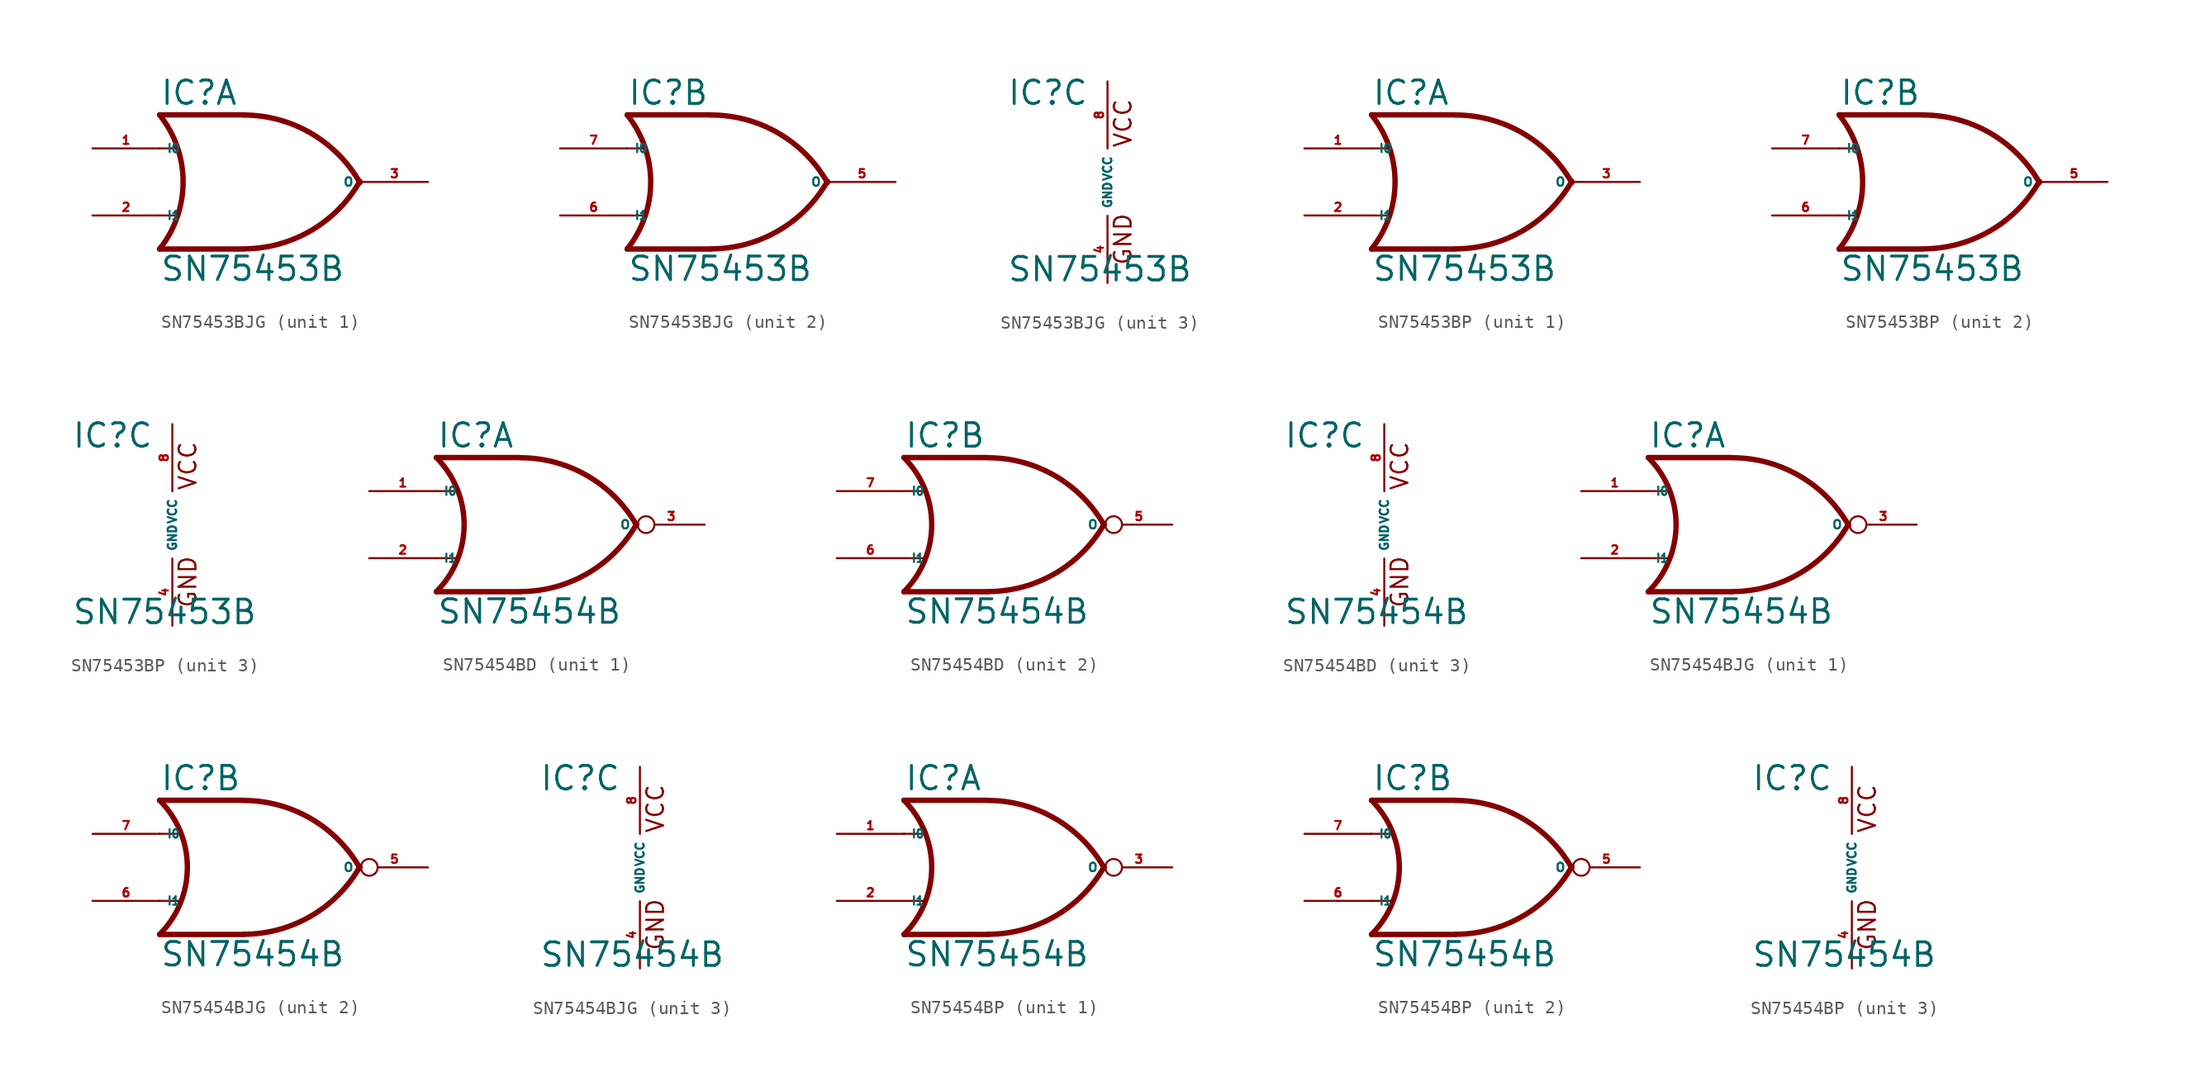
<source format=kicad_sym>
(kicad_symbol_lib
  (version 20220914)
  (generator Eagle2Kicad)
  (symbol "SN75453BJG"
    (property "Reference" "IC"
      (at -7.62 5.715 0)
      (effects (font (size 1.778 1.778) (thickness 0.22)) (justify left bottom)))
    (property "Value" "SN75453B"
      (at -7.62 -7.62 0)
      (effects (font (size 1.778 1.778) (thickness 0.22)) (justify left bottom)))
    (symbol "SN75453BJG_1_0"
      (polyline (pts (xy -1.27 5.08) (xy -7.62 5.08)) (stroke (width 0.406) (type default)) (fill (type none)))
      (polyline (pts (xy -1.27 -5.08) (xy -7.62 -5.08)) (stroke (width 0.406) (type default)) (fill (type none)))
      (polyline (pts (xy -7.62 2.54) (xy -6.35 2.54)) (stroke (width 0.152) (type default)) (fill (type none)))
      (polyline (pts (xy -7.62 -2.54) (xy -6.35 -2.54)) (stroke (width 0.152) (type default)) (fill (type none)))
      (arc (start -1.2446 -5.0678) (mid 3.837 -3.689) (end 7.5439 0.0507) (stroke (width 0.4064) (type default)) (fill (type none)))
      (arc (start 7.5442 -0.0505) (mid 3.837 3.689) (end -1.2446 5.0678) (stroke (width 0.4064) (type default)) (fill (type none)))
      (arc (start -7.62 -5.08) (mid -5.838 0.000) (end -7.62 5.08) (stroke (width 0.4064) (type default)) (fill (type none)))
      (pin input line (at -12.7 2.54 0) (length 5.08) (name "I0" (effects (font (size 0.635 0.635) (thickness 0.08)) (justify left bottom))) (number "1" (effects (font (size 0.635 0.635) (thickness 0.08)) (justify left bottom))))
      (pin input line (at -12.7 -2.54 0) (length 5.08) (name "I1" (effects (font (size 0.635 0.635) (thickness 0.08)) (justify left bottom))) (number "2" (effects (font (size 0.635 0.635) (thickness 0.08)) (justify left bottom))))
      (pin output line (at 12.7 0 180) (length 5.08) (name "O" (effects (font (size 0.635 0.635) (thickness 0.08)) (justify left bottom))) (number "3" (effects (font (size 0.635 0.635) (thickness 0.08)) (justify left bottom)))))
    (symbol "SN75453BJG_2_0"
      (polyline (pts (xy -1.27 5.08) (xy -7.62 5.08)) (stroke (width 0.406) (type default)) (fill (type none)))
      (polyline (pts (xy -1.27 -5.08) (xy -7.62 -5.08)) (stroke (width 0.406) (type default)) (fill (type none)))
      (polyline (pts (xy -7.62 2.54) (xy -6.35 2.54)) (stroke (width 0.152) (type default)) (fill (type none)))
      (polyline (pts (xy -7.62 -2.54) (xy -6.35 -2.54)) (stroke (width 0.152) (type default)) (fill (type none)))
      (arc (start -1.2446 -5.0678) (mid 3.837 -3.689) (end 7.5439 0.0507) (stroke (width 0.4064) (type default)) (fill (type none)))
      (arc (start 7.5442 -0.0505) (mid 3.837 3.689) (end -1.2446 5.0678) (stroke (width 0.4064) (type default)) (fill (type none)))
      (arc (start -7.62 -5.08) (mid -5.838 0.000) (end -7.62 5.08) (stroke (width 0.4064) (type default)) (fill (type none)))
      (pin input line (at -12.7 2.54 0) (length 5.08) (name "I0" (effects (font (size 0.635 0.635) (thickness 0.08)) (justify left bottom))) (number "7" (effects (font (size 0.635 0.635) (thickness 0.08)) (justify left bottom))))
      (pin input line (at -12.7 -2.54 0) (length 5.08) (name "I1" (effects (font (size 0.635 0.635) (thickness 0.08)) (justify left bottom))) (number "6" (effects (font (size 0.635 0.635) (thickness 0.08)) (justify left bottom))))
      (pin output line (at 12.7 0 180) (length 5.08) (name "O" (effects (font (size 0.635 0.635) (thickness 0.08)) (justify left bottom))) (number "5" (effects (font (size 0.635 0.635) (thickness 0.08)) (justify left bottom)))))
    (symbol "SN75453BJG_3_0"
      (text "GND" (at 1.905 -6.35 900) (effects (font (size 1.27 1.27) (thickness 0.16)) (justify left bottom)))
      (text "VCC" (at 1.905 2.54 900) (effects (font (size 1.27 1.27) (thickness 0.16)) (justify left bottom)))
      (pin unspecified line (at 0 -7.62 90) (length 5.08) (name "GND" (effects (font (size 0.635 0.635) (thickness 0.08)) (justify left bottom))) (number "4" (effects (font (size 0.635 0.635) (thickness 0.08)) (justify left bottom))))
      (pin unspecified line (at 0 7.62 270) (length 5.08) (name "VCC" (effects (font (size 0.635 0.635) (thickness 0.08)) (justify left bottom))) (number "8" (effects (font (size 0.635 0.635) (thickness 0.08)) (justify left bottom))))))
  (symbol "SN75453BP"
    (property "Reference" "IC"
      (at -7.62 5.715 0)
      (effects (font (size 1.778 1.778) (thickness 0.22)) (justify left bottom)))
    (property "Value" "SN75453B"
      (at -7.62 -7.62 0)
      (effects (font (size 1.778 1.778) (thickness 0.22)) (justify left bottom)))
    (symbol "SN75453BP_1_0"
      (polyline (pts (xy -1.27 5.08) (xy -7.62 5.08)) (stroke (width 0.406) (type default)) (fill (type none)))
      (polyline (pts (xy -1.27 -5.08) (xy -7.62 -5.08)) (stroke (width 0.406) (type default)) (fill (type none)))
      (polyline (pts (xy -7.62 2.54) (xy -6.35 2.54)) (stroke (width 0.152) (type default)) (fill (type none)))
      (polyline (pts (xy -7.62 -2.54) (xy -6.35 -2.54)) (stroke (width 0.152) (type default)) (fill (type none)))
      (arc (start -1.2446 -5.0678) (mid 3.837 -3.689) (end 7.5439 0.0507) (stroke (width 0.4064) (type default)) (fill (type none)))
      (arc (start 7.5442 -0.0505) (mid 3.837 3.689) (end -1.2446 5.0678) (stroke (width 0.4064) (type default)) (fill (type none)))
      (arc (start -7.62 -5.08) (mid -5.838 0.000) (end -7.62 5.08) (stroke (width 0.4064) (type default)) (fill (type none)))
      (pin input line (at -12.7 2.54 0) (length 5.08) (name "I0" (effects (font (size 0.635 0.635) (thickness 0.08)) (justify left bottom))) (number "1" (effects (font (size 0.635 0.635) (thickness 0.08)) (justify left bottom))))
      (pin input line (at -12.7 -2.54 0) (length 5.08) (name "I1" (effects (font (size 0.635 0.635) (thickness 0.08)) (justify left bottom))) (number "2" (effects (font (size 0.635 0.635) (thickness 0.08)) (justify left bottom))))
      (pin output line (at 12.7 0 180) (length 5.08) (name "O" (effects (font (size 0.635 0.635) (thickness 0.08)) (justify left bottom))) (number "3" (effects (font (size 0.635 0.635) (thickness 0.08)) (justify left bottom)))))
    (symbol "SN75453BP_2_0"
      (polyline (pts (xy -1.27 5.08) (xy -7.62 5.08)) (stroke (width 0.406) (type default)) (fill (type none)))
      (polyline (pts (xy -1.27 -5.08) (xy -7.62 -5.08)) (stroke (width 0.406) (type default)) (fill (type none)))
      (polyline (pts (xy -7.62 2.54) (xy -6.35 2.54)) (stroke (width 0.152) (type default)) (fill (type none)))
      (polyline (pts (xy -7.62 -2.54) (xy -6.35 -2.54)) (stroke (width 0.152) (type default)) (fill (type none)))
      (arc (start -1.2446 -5.0678) (mid 3.837 -3.689) (end 7.5439 0.0507) (stroke (width 0.4064) (type default)) (fill (type none)))
      (arc (start 7.5442 -0.0505) (mid 3.837 3.689) (end -1.2446 5.0678) (stroke (width 0.4064) (type default)) (fill (type none)))
      (arc (start -7.62 -5.08) (mid -5.838 0.000) (end -7.62 5.08) (stroke (width 0.4064) (type default)) (fill (type none)))
      (pin input line (at -12.7 2.54 0) (length 5.08) (name "I0" (effects (font (size 0.635 0.635) (thickness 0.08)) (justify left bottom))) (number "7" (effects (font (size 0.635 0.635) (thickness 0.08)) (justify left bottom))))
      (pin input line (at -12.7 -2.54 0) (length 5.08) (name "I1" (effects (font (size 0.635 0.635) (thickness 0.08)) (justify left bottom))) (number "6" (effects (font (size 0.635 0.635) (thickness 0.08)) (justify left bottom))))
      (pin output line (at 12.7 0 180) (length 5.08) (name "O" (effects (font (size 0.635 0.635) (thickness 0.08)) (justify left bottom))) (number "5" (effects (font (size 0.635 0.635) (thickness 0.08)) (justify left bottom)))))
    (symbol "SN75453BP_3_0"
      (text "GND" (at 1.905 -6.35 900) (effects (font (size 1.27 1.27) (thickness 0.16)) (justify left bottom)))
      (text "VCC" (at 1.905 2.54 900) (effects (font (size 1.27 1.27) (thickness 0.16)) (justify left bottom)))
      (pin unspecified line (at 0 -7.62 90) (length 5.08) (name "GND" (effects (font (size 0.635 0.635) (thickness 0.08)) (justify left bottom))) (number "4" (effects (font (size 0.635 0.635) (thickness 0.08)) (justify left bottom))))
      (pin unspecified line (at 0 7.62 270) (length 5.08) (name "VCC" (effects (font (size 0.635 0.635) (thickness 0.08)) (justify left bottom))) (number "8" (effects (font (size 0.635 0.635) (thickness 0.08)) (justify left bottom))))))
  (symbol "SN75454BD"
    (property "Reference" "IC"
      (at -7.62 5.715 0)
      (effects (font (size 1.778 1.778) (thickness 0.22)) (justify left bottom)))
    (property "Value" "SN75454B"
      (at -7.62 -7.62 0)
      (effects (font (size 1.778 1.778) (thickness 0.22)) (justify left bottom)))
    (symbol "SN75454BD_1_0"
      (polyline (pts (xy -1.27 5.08) (xy -7.62 5.08)) (stroke (width 0.406) (type default)) (fill (type none)))
      (polyline (pts (xy -1.27 -5.08) (xy -7.62 -5.08)) (stroke (width 0.406) (type default)) (fill (type none)))
      (polyline (pts (xy -7.62 2.54) (xy -6.096 2.54)) (stroke (width 0.152) (type default)) (fill (type none)))
      (polyline (pts (xy -7.62 -2.54) (xy -6.096 -2.54)) (stroke (width 0.152) (type default)) (fill (type none)))
      (arc (start -1.2446 -5.0678) (mid 3.837 -3.689) (end 7.5439 0.0507) (stroke (width 0.4064) (type default)) (fill (type none)))
      (arc (start 7.5442 -0.0505) (mid 3.837 3.689) (end -1.2446 5.0678) (stroke (width 0.4064) (type default)) (fill (type none)))
      (arc (start -7.62 -5.08) (mid -5.516 0.000) (end -7.62 5.08) (stroke (width 0.4064) (type default)) (fill (type none)))
      (pin output inverted (at 12.7 0 180) (length 5.08) (name "O" (effects (font (size 0.635 0.635) (thickness 0.08)) (justify left bottom))) (number "3" (effects (font (size 0.635 0.635) (thickness 0.08)) (justify left bottom))))
      (pin input line (at -12.7 2.54 0) (length 5.08) (name "I0" (effects (font (size 0.635 0.635) (thickness 0.08)) (justify left bottom))) (number "1" (effects (font (size 0.635 0.635) (thickness 0.08)) (justify left bottom))))
      (pin input line (at -12.7 -2.54 0) (length 5.08) (name "I1" (effects (font (size 0.635 0.635) (thickness 0.08)) (justify left bottom))) (number "2" (effects (font (size 0.635 0.635) (thickness 0.08)) (justify left bottom)))))
    (symbol "SN75454BD_2_0"
      (polyline (pts (xy -1.27 5.08) (xy -7.62 5.08)) (stroke (width 0.406) (type default)) (fill (type none)))
      (polyline (pts (xy -1.27 -5.08) (xy -7.62 -5.08)) (stroke (width 0.406) (type default)) (fill (type none)))
      (polyline (pts (xy -7.62 2.54) (xy -6.096 2.54)) (stroke (width 0.152) (type default)) (fill (type none)))
      (polyline (pts (xy -7.62 -2.54) (xy -6.096 -2.54)) (stroke (width 0.152) (type default)) (fill (type none)))
      (arc (start -1.2446 -5.0678) (mid 3.837 -3.689) (end 7.5439 0.0507) (stroke (width 0.4064) (type default)) (fill (type none)))
      (arc (start 7.5442 -0.0505) (mid 3.837 3.689) (end -1.2446 5.0678) (stroke (width 0.4064) (type default)) (fill (type none)))
      (arc (start -7.62 -5.08) (mid -5.516 0.000) (end -7.62 5.08) (stroke (width 0.4064) (type default)) (fill (type none)))
      (pin output inverted (at 12.7 0 180) (length 5.08) (name "O" (effects (font (size 0.635 0.635) (thickness 0.08)) (justify left bottom))) (number "5" (effects (font (size 0.635 0.635) (thickness 0.08)) (justify left bottom))))
      (pin input line (at -12.7 2.54 0) (length 5.08) (name "I0" (effects (font (size 0.635 0.635) (thickness 0.08)) (justify left bottom))) (number "7" (effects (font (size 0.635 0.635) (thickness 0.08)) (justify left bottom))))
      (pin input line (at -12.7 -2.54 0) (length 5.08) (name "I1" (effects (font (size 0.635 0.635) (thickness 0.08)) (justify left bottom))) (number "6" (effects (font (size 0.635 0.635) (thickness 0.08)) (justify left bottom)))))
    (symbol "SN75454BD_3_0"
      (text "GND" (at 1.905 -6.35 900) (effects (font (size 1.27 1.27) (thickness 0.16)) (justify left bottom)))
      (text "VCC" (at 1.905 2.54 900) (effects (font (size 1.27 1.27) (thickness 0.16)) (justify left bottom)))
      (pin unspecified line (at 0 -7.62 90) (length 5.08) (name "GND" (effects (font (size 0.635 0.635) (thickness 0.08)) (justify left bottom))) (number "4" (effects (font (size 0.635 0.635) (thickness 0.08)) (justify left bottom))))
      (pin unspecified line (at 0 7.62 270) (length 5.08) (name "VCC" (effects (font (size 0.635 0.635) (thickness 0.08)) (justify left bottom))) (number "8" (effects (font (size 0.635 0.635) (thickness 0.08)) (justify left bottom))))))
  (symbol "SN75454BJG"
    (property "Reference" "IC"
      (at -7.62 5.715 0)
      (effects (font (size 1.778 1.778) (thickness 0.22)) (justify left bottom)))
    (property "Value" "SN75454B"
      (at -7.62 -7.62 0)
      (effects (font (size 1.778 1.778) (thickness 0.22)) (justify left bottom)))
    (symbol "SN75454BJG_1_0"
      (polyline (pts (xy -1.27 5.08) (xy -7.62 5.08)) (stroke (width 0.406) (type default)) (fill (type none)))
      (polyline (pts (xy -1.27 -5.08) (xy -7.62 -5.08)) (stroke (width 0.406) (type default)) (fill (type none)))
      (polyline (pts (xy -7.62 2.54) (xy -6.096 2.54)) (stroke (width 0.152) (type default)) (fill (type none)))
      (polyline (pts (xy -7.62 -2.54) (xy -6.096 -2.54)) (stroke (width 0.152) (type default)) (fill (type none)))
      (arc (start -1.2446 -5.0678) (mid 3.837 -3.689) (end 7.5439 0.0507) (stroke (width 0.4064) (type default)) (fill (type none)))
      (arc (start 7.5442 -0.0505) (mid 3.837 3.689) (end -1.2446 5.0678) (stroke (width 0.4064) (type default)) (fill (type none)))
      (arc (start -7.62 -5.08) (mid -5.516 0.000) (end -7.62 5.08) (stroke (width 0.4064) (type default)) (fill (type none)))
      (pin output inverted (at 12.7 0 180) (length 5.08) (name "O" (effects (font (size 0.635 0.635) (thickness 0.08)) (justify left bottom))) (number "3" (effects (font (size 0.635 0.635) (thickness 0.08)) (justify left bottom))))
      (pin input line (at -12.7 2.54 0) (length 5.08) (name "I0" (effects (font (size 0.635 0.635) (thickness 0.08)) (justify left bottom))) (number "1" (effects (font (size 0.635 0.635) (thickness 0.08)) (justify left bottom))))
      (pin input line (at -12.7 -2.54 0) (length 5.08) (name "I1" (effects (font (size 0.635 0.635) (thickness 0.08)) (justify left bottom))) (number "2" (effects (font (size 0.635 0.635) (thickness 0.08)) (justify left bottom)))))
    (symbol "SN75454BJG_2_0"
      (polyline (pts (xy -1.27 5.08) (xy -7.62 5.08)) (stroke (width 0.406) (type default)) (fill (type none)))
      (polyline (pts (xy -1.27 -5.08) (xy -7.62 -5.08)) (stroke (width 0.406) (type default)) (fill (type none)))
      (polyline (pts (xy -7.62 2.54) (xy -6.096 2.54)) (stroke (width 0.152) (type default)) (fill (type none)))
      (polyline (pts (xy -7.62 -2.54) (xy -6.096 -2.54)) (stroke (width 0.152) (type default)) (fill (type none)))
      (arc (start -1.2446 -5.0678) (mid 3.837 -3.689) (end 7.5439 0.0507) (stroke (width 0.4064) (type default)) (fill (type none)))
      (arc (start 7.5442 -0.0505) (mid 3.837 3.689) (end -1.2446 5.0678) (stroke (width 0.4064) (type default)) (fill (type none)))
      (arc (start -7.62 -5.08) (mid -5.516 0.000) (end -7.62 5.08) (stroke (width 0.4064) (type default)) (fill (type none)))
      (pin output inverted (at 12.7 0 180) (length 5.08) (name "O" (effects (font (size 0.635 0.635) (thickness 0.08)) (justify left bottom))) (number "5" (effects (font (size 0.635 0.635) (thickness 0.08)) (justify left bottom))))
      (pin input line (at -12.7 2.54 0) (length 5.08) (name "I0" (effects (font (size 0.635 0.635) (thickness 0.08)) (justify left bottom))) (number "7" (effects (font (size 0.635 0.635) (thickness 0.08)) (justify left bottom))))
      (pin input line (at -12.7 -2.54 0) (length 5.08) (name "I1" (effects (font (size 0.635 0.635) (thickness 0.08)) (justify left bottom))) (number "6" (effects (font (size 0.635 0.635) (thickness 0.08)) (justify left bottom)))))
    (symbol "SN75454BJG_3_0"
      (text "GND" (at 1.905 -6.35 900) (effects (font (size 1.27 1.27) (thickness 0.16)) (justify left bottom)))
      (text "VCC" (at 1.905 2.54 900) (effects (font (size 1.27 1.27) (thickness 0.16)) (justify left bottom)))
      (pin unspecified line (at 0 -7.62 90) (length 5.08) (name "GND" (effects (font (size 0.635 0.635) (thickness 0.08)) (justify left bottom))) (number "4" (effects (font (size 0.635 0.635) (thickness 0.08)) (justify left bottom))))
      (pin unspecified line (at 0 7.62 270) (length 5.08) (name "VCC" (effects (font (size 0.635 0.635) (thickness 0.08)) (justify left bottom))) (number "8" (effects (font (size 0.635 0.635) (thickness 0.08)) (justify left bottom))))))
  (symbol "SN75454BP"
    (property "Reference" "IC"
      (at -7.62 5.715 0)
      (effects (font (size 1.778 1.778) (thickness 0.22)) (justify left bottom)))
    (property "Value" "SN75454B"
      (at -7.62 -7.62 0)
      (effects (font (size 1.778 1.778) (thickness 0.22)) (justify left bottom)))
    (symbol "SN75454BP_1_0"
      (polyline (pts (xy -1.27 5.08) (xy -7.62 5.08)) (stroke (width 0.406) (type default)) (fill (type none)))
      (polyline (pts (xy -1.27 -5.08) (xy -7.62 -5.08)) (stroke (width 0.406) (type default)) (fill (type none)))
      (polyline (pts (xy -7.62 2.54) (xy -6.096 2.54)) (stroke (width 0.152) (type default)) (fill (type none)))
      (polyline (pts (xy -7.62 -2.54) (xy -6.096 -2.54)) (stroke (width 0.152) (type default)) (fill (type none)))
      (arc (start -1.2446 -5.0678) (mid 3.837 -3.689) (end 7.5439 0.0507) (stroke (width 0.4064) (type default)) (fill (type none)))
      (arc (start 7.5442 -0.0505) (mid 3.837 3.689) (end -1.2446 5.0678) (stroke (width 0.4064) (type default)) (fill (type none)))
      (arc (start -7.62 -5.08) (mid -5.516 0.000) (end -7.62 5.08) (stroke (width 0.4064) (type default)) (fill (type none)))
      (pin output inverted (at 12.7 0 180) (length 5.08) (name "O" (effects (font (size 0.635 0.635) (thickness 0.08)) (justify left bottom))) (number "3" (effects (font (size 0.635 0.635) (thickness 0.08)) (justify left bottom))))
      (pin input line (at -12.7 2.54 0) (length 5.08) (name "I0" (effects (font (size 0.635 0.635) (thickness 0.08)) (justify left bottom))) (number "1" (effects (font (size 0.635 0.635) (thickness 0.08)) (justify left bottom))))
      (pin input line (at -12.7 -2.54 0) (length 5.08) (name "I1" (effects (font (size 0.635 0.635) (thickness 0.08)) (justify left bottom))) (number "2" (effects (font (size 0.635 0.635) (thickness 0.08)) (justify left bottom)))))
    (symbol "SN75454BP_2_0"
      (polyline (pts (xy -1.27 5.08) (xy -7.62 5.08)) (stroke (width 0.406) (type default)) (fill (type none)))
      (polyline (pts (xy -1.27 -5.08) (xy -7.62 -5.08)) (stroke (width 0.406) (type default)) (fill (type none)))
      (polyline (pts (xy -7.62 2.54) (xy -6.096 2.54)) (stroke (width 0.152) (type default)) (fill (type none)))
      (polyline (pts (xy -7.62 -2.54) (xy -6.096 -2.54)) (stroke (width 0.152) (type default)) (fill (type none)))
      (arc (start -1.2446 -5.0678) (mid 3.837 -3.689) (end 7.5439 0.0507) (stroke (width 0.4064) (type default)) (fill (type none)))
      (arc (start 7.5442 -0.0505) (mid 3.837 3.689) (end -1.2446 5.0678) (stroke (width 0.4064) (type default)) (fill (type none)))
      (arc (start -7.62 -5.08) (mid -5.516 0.000) (end -7.62 5.08) (stroke (width 0.4064) (type default)) (fill (type none)))
      (pin output inverted (at 12.7 0 180) (length 5.08) (name "O" (effects (font (size 0.635 0.635) (thickness 0.08)) (justify left bottom))) (number "5" (effects (font (size 0.635 0.635) (thickness 0.08)) (justify left bottom))))
      (pin input line (at -12.7 2.54 0) (length 5.08) (name "I0" (effects (font (size 0.635 0.635) (thickness 0.08)) (justify left bottom))) (number "7" (effects (font (size 0.635 0.635) (thickness 0.08)) (justify left bottom))))
      (pin input line (at -12.7 -2.54 0) (length 5.08) (name "I1" (effects (font (size 0.635 0.635) (thickness 0.08)) (justify left bottom))) (number "6" (effects (font (size 0.635 0.635) (thickness 0.08)) (justify left bottom)))))
    (symbol "SN75454BP_3_0"
      (text "GND" (at 1.905 -6.35 900) (effects (font (size 1.27 1.27) (thickness 0.16)) (justify left bottom)))
      (text "VCC" (at 1.905 2.54 900) (effects (font (size 1.27 1.27) (thickness 0.16)) (justify left bottom)))
      (pin unspecified line (at 0 -7.62 90) (length 5.08) (name "GND" (effects (font (size 0.635 0.635) (thickness 0.08)) (justify left bottom))) (number "4" (effects (font (size 0.635 0.635) (thickness 0.08)) (justify left bottom))))
      (pin unspecified line (at 0 7.62 270) (length 5.08) (name "VCC" (effects (font (size 0.635 0.635) (thickness 0.08)) (justify left bottom))) (number "8" (effects (font (size 0.635 0.635) (thickness 0.08)) (justify left bottom)))))))
</source>
